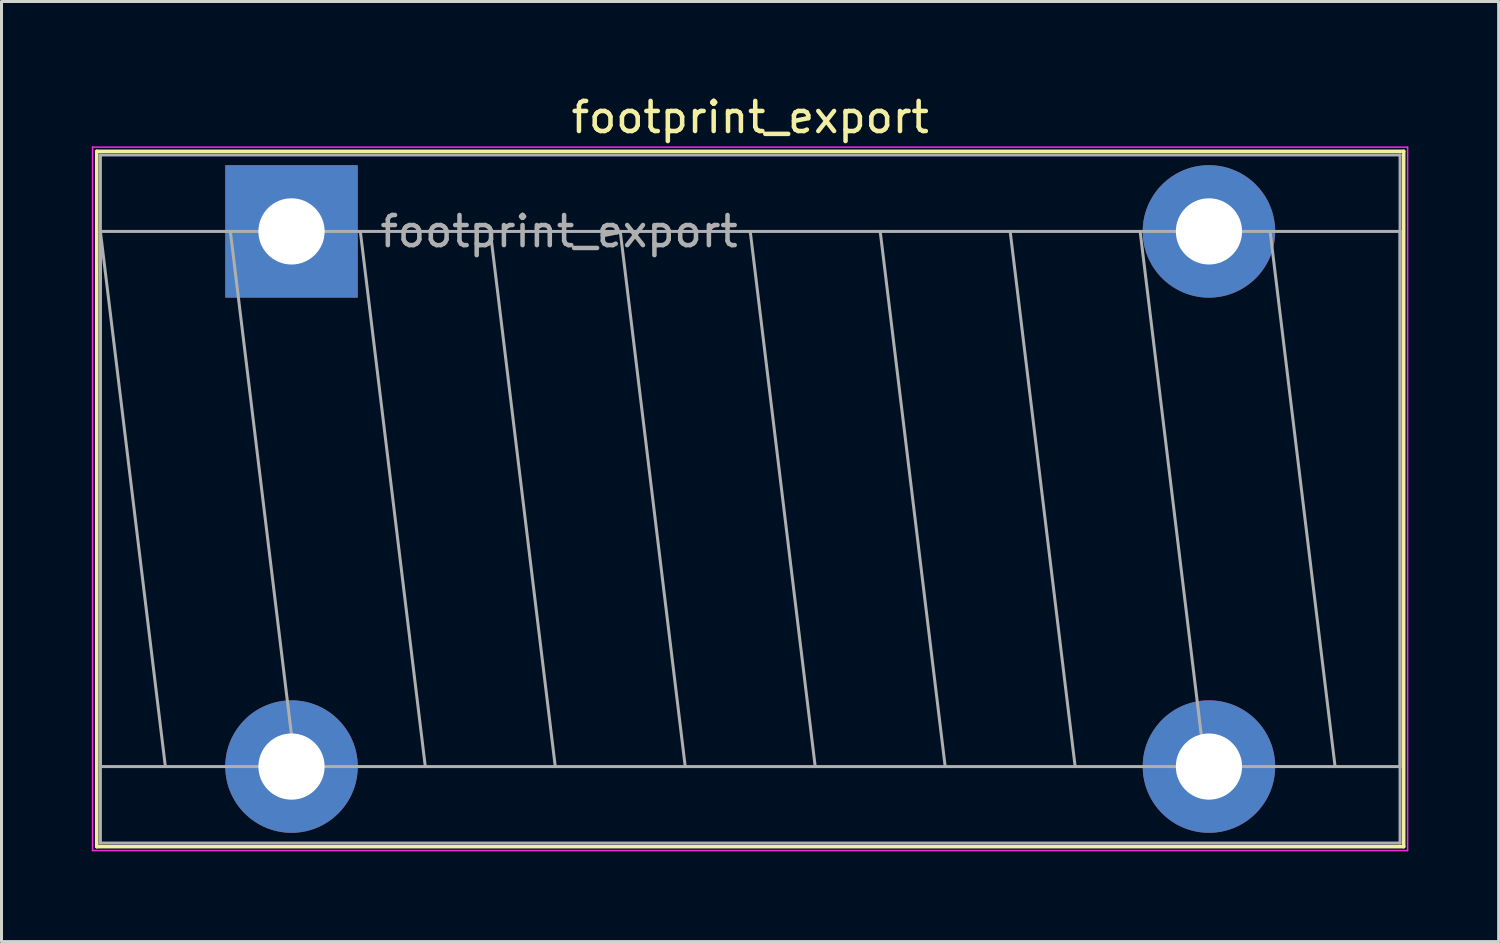
<source format=kicad_pcb>
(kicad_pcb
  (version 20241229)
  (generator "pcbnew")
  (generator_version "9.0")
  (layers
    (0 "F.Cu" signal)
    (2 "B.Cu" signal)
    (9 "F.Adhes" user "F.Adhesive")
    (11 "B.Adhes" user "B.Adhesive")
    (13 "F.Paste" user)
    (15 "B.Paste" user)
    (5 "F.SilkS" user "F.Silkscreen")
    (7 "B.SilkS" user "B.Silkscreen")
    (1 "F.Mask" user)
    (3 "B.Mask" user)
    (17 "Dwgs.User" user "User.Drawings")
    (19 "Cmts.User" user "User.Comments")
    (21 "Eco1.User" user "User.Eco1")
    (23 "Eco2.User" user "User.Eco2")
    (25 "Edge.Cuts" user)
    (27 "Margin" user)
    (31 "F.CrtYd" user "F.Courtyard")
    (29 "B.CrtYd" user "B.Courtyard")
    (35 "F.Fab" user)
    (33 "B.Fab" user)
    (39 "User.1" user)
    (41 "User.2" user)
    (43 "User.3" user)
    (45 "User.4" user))
  (footprint "footprint_export"
    (layer "F.Cu")
    (at 6.635 4.638)
    (property "Reference" "footprint_export" (at 15.24 -3.79 0) (layer "F.SilkS") (effects (font (size 1 1) (thickness 0.15))))
    (attr through_hole)
    (fp_line (start -6.47 -2.66) (end -6.47 20.44) (stroke (width 0.12) (type solid)) (layer "F.SilkS"))
    (fp_line (start -6.47 -2.66) (end 36.95 -2.66) (stroke (width 0.12) (type solid)) (layer "F.SilkS"))
    (fp_line (start -6.47 20.44) (end 36.95 20.44) (stroke (width 0.12) (type solid)) (layer "F.SilkS"))
    (fp_line (start 36.95 -2.66) (end 36.95 20.44) (stroke (width 0.12) (type solid)) (layer "F.SilkS"))
    (fp_line (start -6.61 -2.8) (end -6.61 20.57) (stroke (width 0.05) (type solid)) (layer "F.CrtYd"))
    (fp_line (start -6.61 20.57) (end 37.08 20.57) (stroke (width 0.05) (type solid)) (layer "F.CrtYd"))
    (fp_line (start 37.08 -2.8) (end -6.61 -2.8) (stroke (width 0.05) (type solid)) (layer "F.CrtYd"))
    (fp_line (start 37.08 20.57) (end 37.08 -2.8) (stroke (width 0.05) (type solid)) (layer "F.CrtYd"))
    (fp_line (start -6.35 -2.54) (end -6.35 20.32) (stroke (width 0.1) (type solid)) (layer "F.Fab"))
    (fp_line (start -6.35 0) (end -6.35 17.78) (stroke (width 0.1) (type solid)) (layer "F.Fab"))
    (fp_line (start -6.35 0) (end -4.191 17.78) (stroke (width 0.1) (type solid)) (layer "F.Fab"))
    (fp_line (start -6.35 17.78) (end 36.83 17.78) (stroke (width 0.1) (type solid)) (layer "F.Fab"))
    (fp_line (start -6.35 20.32) (end 36.83 20.32) (stroke (width 0.1) (type solid)) (layer "F.Fab"))
    (fp_line (start -2.032 0) (end 0.127 17.78) (stroke (width 0.1) (type solid)) (layer "F.Fab"))
    (fp_line (start 2.286 0) (end 4.445 17.78) (stroke (width 0.1) (type solid)) (layer "F.Fab"))
    (fp_line (start 6.604 0) (end 8.763 17.78) (stroke (width 0.1) (type solid)) (layer "F.Fab"))
    (fp_line (start 10.922 0) (end 13.081 17.78) (stroke (width 0.1) (type solid)) (layer "F.Fab"))
    (fp_line (start 15.24 0) (end 17.399 17.78) (stroke (width 0.1) (type solid)) (layer "F.Fab"))
    (fp_line (start 19.558 0) (end 21.717 17.78) (stroke (width 0.1) (type solid)) (layer "F.Fab"))
    (fp_line (start 23.876 0) (end 26.035 17.78) (stroke (width 0.1) (type solid)) (layer "F.Fab"))
    (fp_line (start 28.194 0) (end 30.353 17.78) (stroke (width 0.1) (type solid)) (layer "F.Fab"))
    (fp_line (start 32.512 0) (end 34.671 17.78) (stroke (width 0.1) (type solid)) (layer "F.Fab"))
    (fp_line (start 36.83 -2.54) (end -6.35 -2.54) (stroke (width 0.1) (type solid)) (layer "F.Fab"))
    (fp_line (start 36.83 0) (end -6.35 0) (stroke (width 0.1) (type solid)) (layer "F.Fab"))
    (fp_line (start 36.83 17.78) (end 36.83 0) (stroke (width 0.1) (type solid)) (layer "F.Fab"))
    (fp_line (start 36.83 20.32) (end 36.83 -2.54) (stroke (width 0.1) (type solid)) (layer "F.Fab"))
    (fp_text user "${REFERENCE}" (at 8.89 0 0) (layer "F.Fab") (effects (font (size 1 1) (thickness 0.15))))
    (pad "1" thru_hole rect (at 0 0) (size 4.4 4.4) (drill 2.2) (layers "*.Cu" "*.Mask"))
    (pad "2" thru_hole circle (at 0 17.78) (size 4.4 4.4) (drill 2.2) (layers "*.Cu" "*.Mask"))
    (pad "3" thru_hole circle (at 30.48 17.78) (size 4.4 4.4) (drill 2.2) (layers "*.Cu" "*.Mask"))
    (pad "4" thru_hole circle (at 30.48 0) (size 4.4 4.4) (drill 2.2) (layers "*.Cu" "*.Mask")))
  (gr_rect
    (start -3 -3)
    (end 46.74 28.233)
    (stroke (width 0.1) (type default))
    (fill no)
    (layer "Edge.Cuts")))
</source>
